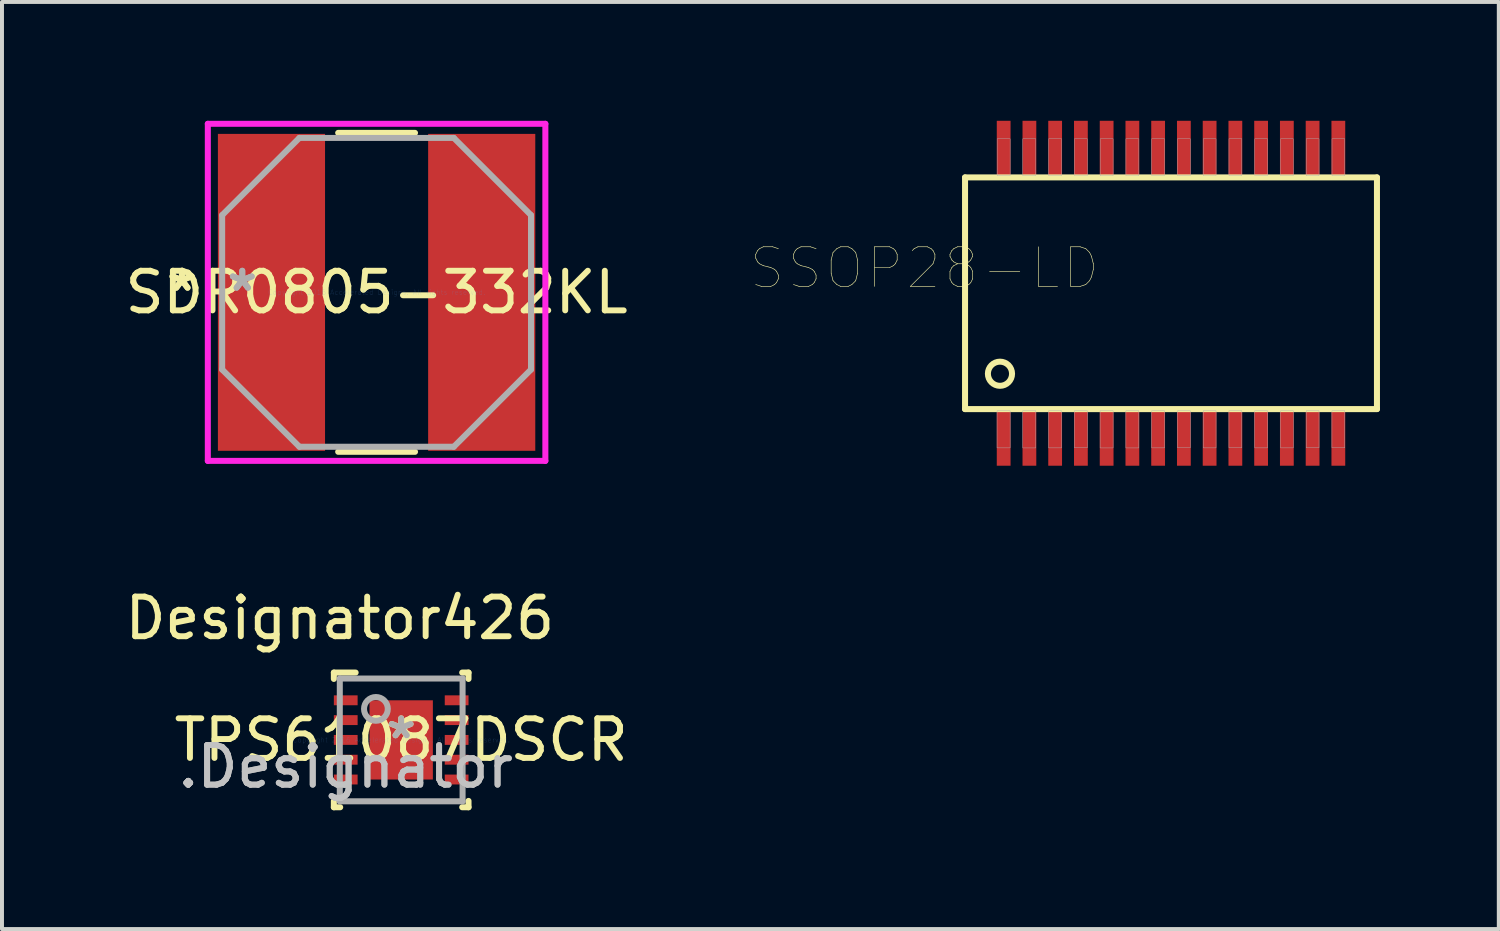
<source format=kicad_pcb>
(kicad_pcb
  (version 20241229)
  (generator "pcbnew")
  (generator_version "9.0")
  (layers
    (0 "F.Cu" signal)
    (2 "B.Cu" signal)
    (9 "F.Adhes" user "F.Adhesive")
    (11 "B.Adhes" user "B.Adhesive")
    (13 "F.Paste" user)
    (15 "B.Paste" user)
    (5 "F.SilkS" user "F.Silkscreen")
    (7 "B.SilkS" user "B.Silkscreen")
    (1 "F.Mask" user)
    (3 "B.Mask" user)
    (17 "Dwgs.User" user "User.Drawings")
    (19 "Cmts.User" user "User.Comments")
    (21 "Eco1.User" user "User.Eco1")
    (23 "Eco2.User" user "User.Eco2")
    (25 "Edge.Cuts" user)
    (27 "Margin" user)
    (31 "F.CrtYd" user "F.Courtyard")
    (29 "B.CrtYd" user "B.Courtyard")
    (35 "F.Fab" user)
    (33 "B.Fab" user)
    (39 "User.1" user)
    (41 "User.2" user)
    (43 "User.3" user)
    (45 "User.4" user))
  (footprint "TPS61087DSCR"
    (layer "F.Cu")
    (at 7.079 15.631)
    (property "Reference" "TPS61087DSCR" (at 0 0 0) (layer "F.SilkS") (effects (font (size 1 1) (thickness 0.15))))
    (attr through_hole)
    (fp_line (start -1.7 1.7) (end -1.7 1.54) (stroke (width 0.152) (type solid)) (layer "F.SilkS"))
    (fp_line (start -1.7 1.7) (end -1.54 1.7) (stroke (width 0.152) (type solid)) (layer "F.SilkS"))
    (fp_line (start -1.7 -1.7) (end -1.15 -1.7) (stroke (width 0.152) (type solid)) (layer "F.SilkS"))
    (fp_line (start -1.7 -1.54) (end -1.7 -1.7) (stroke (width 0.152) (type solid)) (layer "F.SilkS"))
    (fp_line (start 1.54 -1.7) (end 1.7 -1.7) (stroke (width 0.152) (type solid)) (layer "F.SilkS"))
    (fp_line (start 1.54 1.7) (end 1.7 1.7) (stroke (width 0.152) (type solid)) (layer "F.SilkS"))
    (fp_line (start 1.7 -1.54) (end 1.7 -1.7) (stroke (width 0.152) (type solid)) (layer "F.SilkS"))
    (fp_line (start 1.7 1.7) (end 1.7 1.54) (stroke (width 0.152) (type solid)) (layer "F.SilkS"))
    (fp_line (start -0.733 -0.895) (end -0.733 0.894) (stroke (width 0.152) (type solid)) (layer "F.Paste"))
    (fp_line (start -0.733 0.894) (end 0.733 0.894) (stroke (width 0.152) (type solid)) (layer "F.Paste"))
    (fp_line (start 0.733 -0.895) (end -0.733 -0.895) (stroke (width 0.152) (type solid)) (layer "F.Paste"))
    (fp_line (start 0.733 0.894) (end 0.733 -0.895) (stroke (width 0.152) (type solid)) (layer "F.Paste"))
    (fp_line (start -1.55 -1.55) (end 1.55 -1.55) (stroke (width 0.152) (type solid)) (layer "F.Fab"))
    (fp_line (start -1.55 1.55) (end -1.55 -1.55) (stroke (width 0.152) (type solid)) (layer "F.Fab"))
    (fp_line (start -1.55 1.55) (end 1.55 1.55) (stroke (width 0.152) (type solid)) (layer "F.Fab"))
    (fp_line (start 1.55 1.55) (end 1.55 -1.55) (stroke (width 0.152) (type solid)) (layer "F.Fab"))
    (fp_circle (center -0.638 -0.783) (end -0.338 -0.783) (stroke (width 0.152) (type solid)) (fill no) (layer "F.Fab"))
    (fp_text user "Designator426" (at -1.549 -3.073 0) (layer "F.SilkS") (effects (font (size 1 1) (thickness 0.15))))
    (fp_text user "*" (at 0 0 0) (layer "F.SilkS") (effects (font (size 1 1) (thickness 0.15))))
    (fp_text user ".Designator" (at -1.4 0.675 0) (layer "Dwgs.User") (effects (font (size 1 1) (thickness 0.15))))
    (fp_text user "Copyright 2016 Accelerated Designs. All rights reserved." (at 0 0 0) (layer "Cmts.User") (effects (font (size 0.127 0.127) (thickness 0.002))))
    (fp_text user ".Designator" (at -1.4 0.675 0) (layer "F.Fab") (effects (font (size 1 1) (thickness 0.15))))
    (fp_text user "*" (at 0 0 0) (layer "F.Fab") (effects (font (size 1 1) (thickness 0.15))))
    (pad "1" smd rect (at -1.4 -1 90) (size 0.25 0.6) (layers "F.Cu" "F.Mask" "F.Paste"))
    (pad "2" smd rect (at -1.4 -0.5 90) (size 0.25 0.6) (layers "F.Cu" "F.Mask" "F.Paste"))
    (pad "3" smd rect (at -1.4 0 90) (size 0.25 0.6) (layers "F.Cu" "F.Mask" "F.Paste"))
    (pad "4" smd rect (at -1.4 0.5 90) (size 0.25 0.6) (layers "F.Cu" "F.Mask" "F.Paste"))
    (pad "5" smd rect (at -1.4 1 90) (size 0.25 0.6) (layers "F.Cu" "F.Mask" "F.Paste"))
    (pad "6" smd rect (at 1.4 1 90) (size 0.25 0.6) (layers "F.Cu" "F.Mask" "F.Paste"))
    (pad "7" smd rect (at 1.4 0.5 90) (size 0.25 0.6) (layers "F.Cu" "F.Mask" "F.Paste"))
    (pad "8" smd rect (at 1.4 0 90) (size 0.25 0.6) (layers "F.Cu" "F.Mask" "F.Paste"))
    (pad "9" smd rect (at 1.4 -0.5 90) (size 0.25 0.6) (layers "F.Cu" "F.Mask" "F.Paste"))
    (pad "10" smd rect (at 1.4 -1 90) (size 0.25 0.6) (layers "F.Cu" "F.Mask" "F.Paste"))
    (pad "11" smd rect (at 0.000003 0) (size 1.6 2) (layers "F.Cu" "F.Mask" "F.Paste")))
  (footprint "SSOP28-LD"
    (layer "F.Cu")
    (at 26.515 4.354)
    (property "Reference" "SSOP28-LD" (at -6.223 -0.635 180) (layer "F.SilkS") (effects (font (size 1 1) (thickness 0.015))))
    (attr through_hole)
    (fp_line (start -5.2 -2.925) (end 5.2 -2.925) (stroke (width 0.152) (type solid)) (layer "F.SilkS"))
    (fp_line (start -5.2 2.925) (end -5.2 -2.925) (stroke (width 0.152) (type solid)) (layer "F.SilkS"))
    (fp_line (start 5.2 -2.925) (end 5.2 2.925) (stroke (width 0.152) (type solid)) (layer "F.SilkS"))
    (fp_line (start 5.2 2.925) (end -5.2 2.925) (stroke (width 0.152) (type solid)) (layer "F.SilkS"))
    (fp_circle (center -4.318 2.032) (end -4.013 2.032) (stroke (width 0.152) (type solid)) (fill no) (layer "F.SilkS"))
    (fp_poly (pts (xy -4.392 2.966) (xy -4.062 2.966) (xy -4.062 3.904) (xy -4.392 3.904)) (stroke (width 0.01) (type solid)) (fill no) (layer "F.Fab"))
    (fp_poly (pts (xy -4.389 -3.9) (xy -4.062 -3.9) (xy -4.062 -2.967) (xy -4.389 -2.967)) (stroke (width 0.01) (type solid)) (fill no) (layer "F.Fab"))
    (fp_poly (pts (xy -3.743 -3.9) (xy -3.413 -3.9) (xy -3.413 -2.97) (xy -3.743 -2.97)) (stroke (width 0.01) (type solid)) (fill no) (layer "F.Fab"))
    (fp_poly (pts (xy -3.743 2.966) (xy -3.413 2.966) (xy -3.413 3.906) (xy -3.743 3.906)) (stroke (width 0.01) (type solid)) (fill no) (layer "F.Fab"))
    (fp_poly (pts (xy -3.09 2.966) (xy -2.763 2.966) (xy -2.763 3.903) (xy -3.09 3.903)) (stroke (width 0.01) (type solid)) (fill no) (layer "F.Fab"))
    (fp_poly (pts (xy -3.089 -3.9) (xy -2.763 -3.9) (xy -2.763 -2.967) (xy -3.089 -2.967)) (stroke (width 0.01) (type solid)) (fill no) (layer "F.Fab"))
    (fp_poly (pts (xy -2.439 -3.9) (xy -2.112 -3.9) (xy -2.112 -2.968) (xy -2.439 -2.968)) (stroke (width 0.01) (type solid)) (fill no) (layer "F.Fab"))
    (fp_poly (pts (xy -2.439 2.966) (xy -2.112 2.966) (xy -2.112 3.902) (xy -2.439 3.902)) (stroke (width 0.01) (type solid)) (fill no) (layer "F.Fab"))
    (fp_poly (pts (xy -1.79 2.966) (xy -1.462 2.966) (xy -1.462 3.905) (xy -1.79 3.905)) (stroke (width 0.01) (type solid)) (fill no) (layer "F.Fab"))
    (fp_poly (pts (xy -1.788 -3.9) (xy -1.462 -3.9) (xy -1.462 -2.966) (xy -1.788 -2.966)) (stroke (width 0.01) (type solid)) (fill no) (layer "F.Fab"))
    (fp_poly (pts (xy -1.139 2.966) (xy -0.812 2.966) (xy -0.812 3.905) (xy -1.139 3.905)) (stroke (width 0.01) (type solid)) (fill no) (layer "F.Fab"))
    (fp_poly (pts (xy -1.138 -3.9) (xy -0.812 -3.9) (xy -0.812 -2.968) (xy -1.138 -2.968)) (stroke (width 0.01) (type solid)) (fill no) (layer "F.Fab"))
    (fp_poly (pts (xy -0.488 -3.9) (xy -0.163 -3.9) (xy -0.163 -2.971) (xy -0.488 -2.971)) (stroke (width 0.01) (type solid)) (fill no) (layer "F.Fab"))
    (fp_poly (pts (xy -0.488 2.966) (xy -0.163 2.966) (xy -0.163 3.904) (xy -0.488 3.904)) (stroke (width 0.01) (type solid)) (fill no) (layer "F.Fab"))
    (fp_poly (pts (xy 0.163 2.966) (xy 0.487 2.966) (xy 0.487 3.901) (xy 0.163 3.901)) (stroke (width 0.01) (type solid)) (fill no) (layer "F.Fab"))
    (fp_poly (pts (xy 0.163 -3.9) (xy 0.487 -3.9) (xy 0.487 -2.969) (xy 0.163 -2.969)) (stroke (width 0.01) (type solid)) (fill no) (layer "F.Fab"))
    (fp_poly (pts (xy 0.813 2.966) (xy 1.137 2.966) (xy 1.137 3.903) (xy 0.813 3.903)) (stroke (width 0.01) (type solid)) (fill no) (layer "F.Fab"))
    (fp_poly (pts (xy 0.813 -3.9) (xy 1.137 -3.9) (xy 1.137 -2.968) (xy 0.813 -2.968)) (stroke (width 0.01) (type solid)) (fill no) (layer "F.Fab"))
    (fp_poly (pts (xy 1.463 2.966) (xy 1.788 2.966) (xy 1.788 3.9) (xy 1.463 3.9)) (stroke (width 0.01) (type solid)) (fill no) (layer "F.Fab"))
    (fp_poly (pts (xy 1.464 -3.9) (xy 1.788 -3.9) (xy 1.788 -2.969) (xy 1.464 -2.969)) (stroke (width 0.01) (type solid)) (fill no) (layer "F.Fab"))
    (fp_poly (pts (xy 2.114 2.966) (xy 2.438 2.966) (xy 2.438 3.903) (xy 2.114 3.903)) (stroke (width 0.01) (type solid)) (fill no) (layer "F.Fab"))
    (fp_poly (pts (xy 2.116 -3.9) (xy 2.438 -3.9) (xy 2.438 -2.97) (xy 2.116 -2.97)) (stroke (width 0.01) (type solid)) (fill no) (layer "F.Fab"))
    (fp_poly (pts (xy 2.766 2.966) (xy 3.087 2.966) (xy 3.087 3.904) (xy 2.766 3.904)) (stroke (width 0.01) (type solid)) (fill no) (layer "F.Fab"))
    (fp_poly (pts (xy 2.766 -3.9) (xy 3.087 -3.9) (xy 3.087 -2.969) (xy 2.766 -2.969)) (stroke (width 0.01) (type solid)) (fill no) (layer "F.Fab"))
    (fp_poly (pts (xy 3.413 2.966) (xy 3.737 2.966) (xy 3.737 3.901) (xy 3.413 3.901)) (stroke (width 0.01) (type solid)) (fill no) (layer "F.Fab"))
    (fp_poly (pts (xy 3.413 -3.9) (xy 3.737 -3.9) (xy 3.737 -2.966) (xy 3.413 -2.966)) (stroke (width 0.01) (type solid)) (fill no) (layer "F.Fab"))
    (fp_poly (pts (xy 4.063 2.966) (xy 4.388 2.966) (xy 4.388 3.901) (xy 4.063 3.901)) (stroke (width 0.01) (type solid)) (fill no) (layer "F.Fab"))
    (fp_poly (pts (xy 4.065 -3.9) (xy 4.388 -3.9) (xy 4.388 -2.967) (xy 4.065 -2.967)) (stroke (width 0.01) (type solid)) (fill no) (layer "F.Fab"))
    (pad "1" smd rect (at -4.225 3.656) (size 0.348 1.397) (layers "F.Cu" "F.Mask" "F.Paste"))
    (pad "2" smd rect (at -3.575 3.656) (size 0.348 1.397) (layers "F.Cu" "F.Mask" "F.Paste"))
    (pad "3" smd rect (at -2.925 3.656) (size 0.348 1.397) (layers "F.Cu" "F.Mask" "F.Paste"))
    (pad "4" smd rect (at -2.275 3.656) (size 0.348 1.397) (layers "F.Cu" "F.Mask" "F.Paste"))
    (pad "5" smd rect (at -1.625 3.656) (size 0.348 1.397) (layers "F.Cu" "F.Mask" "F.Paste"))
    (pad "6" smd rect (at -0.975 3.656) (size 0.348 1.397) (layers "F.Cu" "F.Mask" "F.Paste"))
    (pad "7" smd rect (at -0.325 3.656) (size 0.348 1.397) (layers "F.Cu" "F.Mask" "F.Paste"))
    (pad "8" smd rect (at 0.325 3.656) (size 0.348 1.397) (layers "F.Cu" "F.Mask" "F.Paste"))
    (pad "9" smd rect (at 0.975 3.656) (size 0.348 1.397) (layers "F.Cu" "F.Mask" "F.Paste"))
    (pad "10" smd rect (at 1.625 3.656) (size 0.348 1.397) (layers "F.Cu" "F.Mask" "F.Paste"))
    (pad "11" smd rect (at 2.275 3.656) (size 0.348 1.397) (layers "F.Cu" "F.Mask" "F.Paste"))
    (pad "12" smd rect (at 2.925 3.656) (size 0.348 1.397) (layers "F.Cu" "F.Mask" "F.Paste"))
    (pad "13" smd rect (at 3.575 3.656) (size 0.348 1.397) (layers "F.Cu" "F.Mask" "F.Paste"))
    (pad "14" smd rect (at 4.225 3.656) (size 0.348 1.397) (layers "F.Cu" "F.Mask" "F.Paste"))
    (pad "15" smd rect (at 4.225 -3.656) (size 0.348 1.397) (layers "F.Cu" "F.Mask" "F.Paste"))
    (pad "16" smd rect (at 3.575 -3.656) (size 0.348 1.397) (layers "F.Cu" "F.Mask" "F.Paste"))
    (pad "17" smd rect (at 2.925 -3.656) (size 0.348 1.397) (layers "F.Cu" "F.Mask" "F.Paste"))
    (pad "18" smd rect (at 2.275 -3.656) (size 0.348 1.397) (layers "F.Cu" "F.Mask" "F.Paste"))
    (pad "19" smd rect (at 1.625 -3.656) (size 0.348 1.397) (layers "F.Cu" "F.Mask" "F.Paste"))
    (pad "20" smd rect (at 0.975 -3.656) (size 0.348 1.397) (layers "F.Cu" "F.Mask" "F.Paste"))
    (pad "21" smd rect (at 0.325 -3.656) (size 0.348 1.397) (layers "F.Cu" "F.Mask" "F.Paste"))
    (pad "22" smd rect (at -0.325 -3.656) (size 0.348 1.397) (layers "F.Cu" "F.Mask" "F.Paste"))
    (pad "23" smd rect (at -0.975 -3.656) (size 0.348 1.397) (layers "F.Cu" "F.Mask" "F.Paste"))
    (pad "24" smd rect (at -1.625 -3.656) (size 0.348 1.397) (layers "F.Cu" "F.Mask" "F.Paste"))
    (pad "25" smd rect (at -2.275 -3.656) (size 0.348 1.397) (layers "F.Cu" "F.Mask" "F.Paste"))
    (pad "26" smd rect (at -2.925 -3.656) (size 0.348 1.397) (layers "F.Cu" "F.Mask" "F.Paste"))
    (pad "27" smd rect (at -3.575 -3.656) (size 0.348 1.397) (layers "F.Cu" "F.Mask" "F.Paste"))
    (pad "28" smd rect (at -4.225 -3.656) (size 0.348 1.397) (layers "F.Cu" "F.Mask" "F.Paste")))
  (footprint "SDR0805-332KL"
    (layer "F.Cu")
    (at 6.458 4.331)
    (property "Reference" "SDR0805-332KL" (at 0 0 0) (layer "F.SilkS") (effects (font (size 1 1) (thickness 0.15))))
    (attr through_hole)
    (fp_line (start -0.97 4.026) (end 0.97 4.026) (stroke (width 0.152) (type solid)) (layer "F.SilkS"))
    (fp_line (start 0.97 -4.026) (end -0.97 -4.026) (stroke (width 0.152) (type solid)) (layer "F.SilkS"))
    (fp_line (start -4.261 -4.255) (end 4.261 -4.255) (stroke (width 0.152) (type solid)) (layer "F.CrtYd"))
    (fp_line (start -4.261 4.255) (end -4.261 -4.255) (stroke (width 0.152) (type solid)) (layer "F.CrtYd"))
    (fp_line (start 4.261 -4.255) (end 4.261 4.255) (stroke (width 0.152) (type solid)) (layer "F.CrtYd"))
    (fp_line (start 4.261 4.255) (end -4.261 4.255) (stroke (width 0.152) (type solid)) (layer "F.CrtYd"))
    (fp_line (start -3.899 -1.949) (end -3.899 1.949) (stroke (width 0.152) (type solid)) (layer "F.Fab"))
    (fp_line (start -3.899 1.949) (end -1.949 3.899) (stroke (width 0.152) (type solid)) (layer "F.Fab"))
    (fp_line (start -1.949 -3.899) (end -3.899 -1.949) (stroke (width 0.152) (type solid)) (layer "F.Fab"))
    (fp_line (start -1.949 3.899) (end 1.949 3.899) (stroke (width 0.152) (type solid)) (layer "F.Fab"))
    (fp_line (start 1.949 -3.899) (end -1.949 -3.899) (stroke (width 0.152) (type solid)) (layer "F.Fab"))
    (fp_line (start 1.949 3.899) (end 3.899 1.949) (stroke (width 0.152) (type solid)) (layer "F.Fab"))
    (fp_line (start 3.899 -1.949) (end 1.949 -3.899) (stroke (width 0.152) (type solid)) (layer "F.Fab"))
    (fp_line (start 3.899 1.949) (end 3.899 -1.949) (stroke (width 0.152) (type solid)) (layer "F.Fab"))
    (fp_text user "*" (at -4.915 0 0) (layer "F.SilkS") (effects (font (size 1 1) (thickness 0.15))))
    (fp_text user "*" (at -4.915 0 0) (layer "F.SilkS") (effects (font (size 1 1) (thickness 0.15))))
    (fp_text user "Copyright 2016 Accelerated Designs. All rights reserved." (at 0 0 0) (layer "Cmts.User") (effects (font (size 0.127 0.127) (thickness 0.002))))
    (fp_text user "*" (at -3.391 0 0) (layer "F.Fab") (effects (font (size 1 1) (thickness 0.15))))
    (fp_text user "*" (at -3.391 0 0) (layer "F.Fab") (effects (font (size 1 1) (thickness 0.15))))
    (pad "1" smd rect (at -2.654 0) (size 2.705 8.001) (layers "F.Cu" "F.Mask" "F.Paste"))
    (pad "2" smd rect (at 2.654 0) (size 2.705 8.001) (layers "F.Cu" "F.Mask" "F.Paste")))
  (gr_rect
    (start -3 -3)
    (end 34.791 20.407)
    (stroke (width 0.1) (type default))
    (fill no)
    (layer "Edge.Cuts")))
</source>
